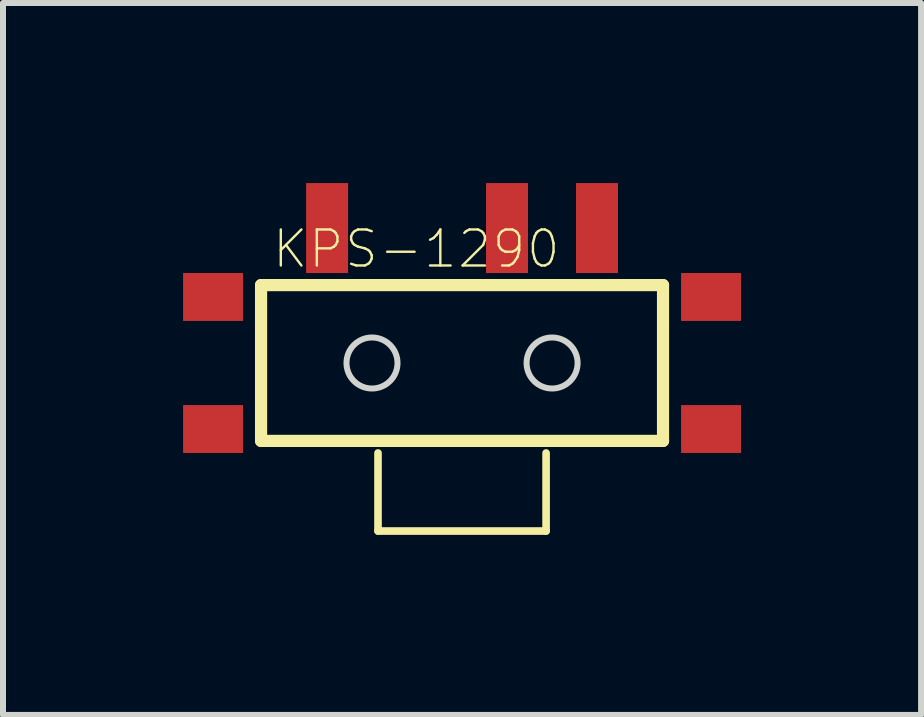
<source format=kicad_pcb>
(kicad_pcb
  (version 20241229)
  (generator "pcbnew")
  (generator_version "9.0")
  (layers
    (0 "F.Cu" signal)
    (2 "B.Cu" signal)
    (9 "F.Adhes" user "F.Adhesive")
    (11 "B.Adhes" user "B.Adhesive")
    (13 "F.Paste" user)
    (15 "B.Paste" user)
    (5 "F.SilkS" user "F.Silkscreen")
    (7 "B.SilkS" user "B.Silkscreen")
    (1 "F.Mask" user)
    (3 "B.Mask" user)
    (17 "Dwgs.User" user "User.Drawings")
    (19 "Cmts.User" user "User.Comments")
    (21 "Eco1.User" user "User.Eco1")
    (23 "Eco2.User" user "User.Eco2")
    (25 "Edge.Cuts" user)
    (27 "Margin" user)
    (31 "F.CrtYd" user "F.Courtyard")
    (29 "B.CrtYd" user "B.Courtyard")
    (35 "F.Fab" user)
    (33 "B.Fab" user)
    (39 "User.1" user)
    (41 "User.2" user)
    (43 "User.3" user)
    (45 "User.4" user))
  (footprint "KPS-1290"
    (layer "F.Cu")
    (at 4.647 2.997)
    (property "Reference" "KPS-1290" (at -0.762 -1.9 180) (layer "F.SilkS") (effects (font (size 0.6 0.6) (thickness 0.04))))
    (attr smd)
    (fp_line (start -3.348 -1.298) (end 3.348 -1.298) (stroke (width 0.203) (type solid)) (layer "F.SilkS"))
    (fp_line (start -3.348 1.298) (end -3.348 -1.298) (stroke (width 0.203) (type solid)) (layer "F.SilkS"))
    (fp_line (start -1.4 2.799) (end -1.4 1.499) (stroke (width 0.127) (type solid)) (layer "F.SilkS"))
    (fp_line (start 1.4 1.499) (end 1.4 2.799) (stroke (width 0.127) (type solid)) (layer "F.SilkS"))
    (fp_line (start 1.4 2.799) (end -1.4 2.799) (stroke (width 0.127) (type solid)) (layer "F.SilkS"))
    (fp_line (start 3.348 -1.298) (end 3.348 1.298) (stroke (width 0.203) (type solid)) (layer "F.SilkS"))
    (fp_line (start 3.348 1.298) (end -3.348 1.298) (stroke (width 0.203) (type solid)) (layer "F.SilkS"))
    (fp_circle (center -1.5 0) (end -1.075 0) (stroke (width 0.1) (type solid)) (fill no) (layer "Edge.Cuts"))
    (fp_circle (center 1.5 0) (end 1.925 0) (stroke (width 0.1) (type solid)) (fill no) (layer "Edge.Cuts"))
    (pad "1" smd rect (at -2.248 -2.248) (size 0.699 1.499) (layers "F.Cu" "F.Mask" "F.Paste"))
    (pad "2" smd rect (at 0.749 -2.248) (size 0.699 1.499) (layers "F.Cu" "F.Mask" "F.Paste"))
    (pad "3" smd rect (at 2.248 -2.248) (size 0.699 1.499) (layers "F.Cu" "F.Mask" "F.Paste"))
    (pad "MP" smd rect (at -4.148 -1.1) (size 0.998 0.798) (layers "F.Cu" "F.Mask" "F.Paste"))
    (pad "MP" smd rect (at -4.148 1.1) (size 0.998 0.798) (layers "F.Cu" "F.Mask" "F.Paste"))
    (pad "MP" smd rect (at 4.148 -1.1) (size 0.998 0.798) (layers "F.Cu" "F.Mask" "F.Paste"))
    (pad "MP" smd rect (at 4.148 1.1) (size 0.998 0.798) (layers "F.Cu" "F.Mask" "F.Paste")))
  (gr_rect
    (start -3 -3)
    (end 12.294 8.86)
    (stroke (width 0.1) (type default))
    (fill no)
    (layer "Edge.Cuts")))
</source>
